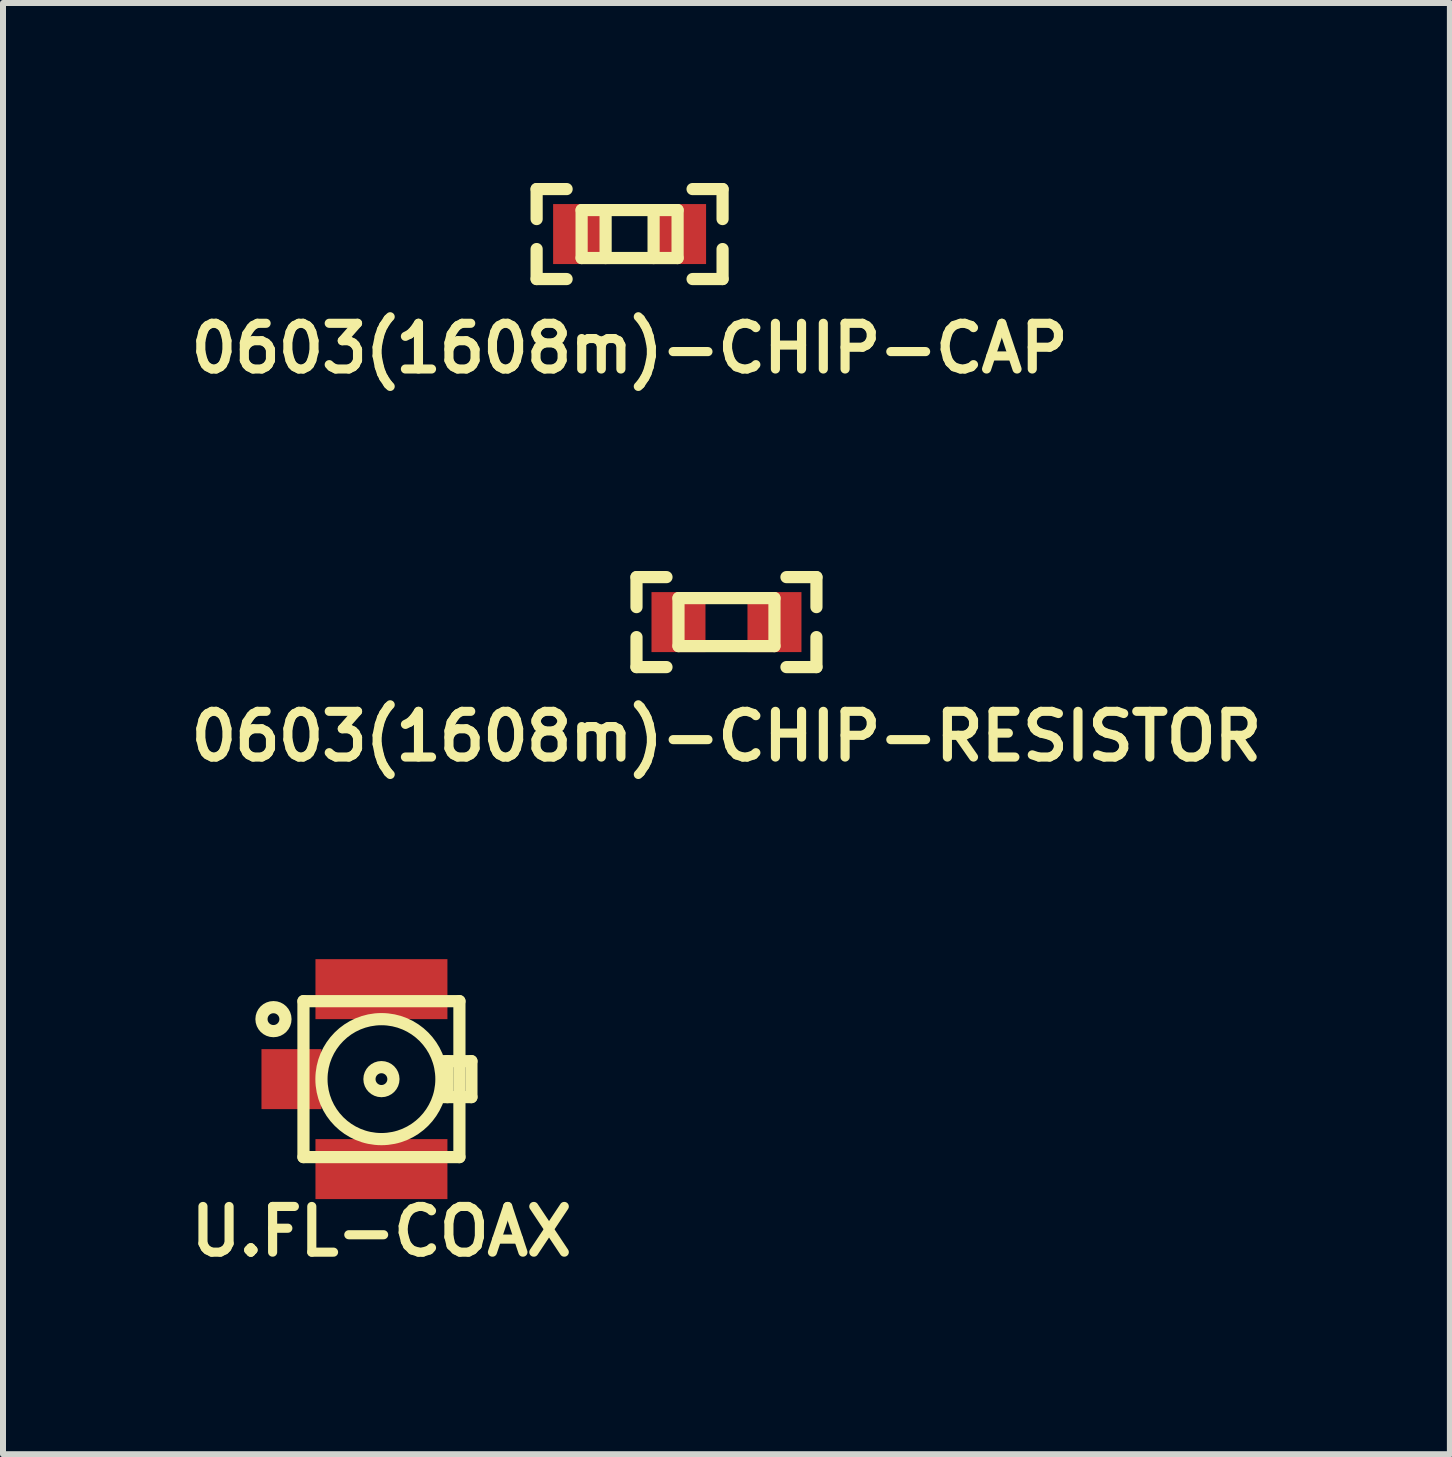
<source format=kicad_pcb>
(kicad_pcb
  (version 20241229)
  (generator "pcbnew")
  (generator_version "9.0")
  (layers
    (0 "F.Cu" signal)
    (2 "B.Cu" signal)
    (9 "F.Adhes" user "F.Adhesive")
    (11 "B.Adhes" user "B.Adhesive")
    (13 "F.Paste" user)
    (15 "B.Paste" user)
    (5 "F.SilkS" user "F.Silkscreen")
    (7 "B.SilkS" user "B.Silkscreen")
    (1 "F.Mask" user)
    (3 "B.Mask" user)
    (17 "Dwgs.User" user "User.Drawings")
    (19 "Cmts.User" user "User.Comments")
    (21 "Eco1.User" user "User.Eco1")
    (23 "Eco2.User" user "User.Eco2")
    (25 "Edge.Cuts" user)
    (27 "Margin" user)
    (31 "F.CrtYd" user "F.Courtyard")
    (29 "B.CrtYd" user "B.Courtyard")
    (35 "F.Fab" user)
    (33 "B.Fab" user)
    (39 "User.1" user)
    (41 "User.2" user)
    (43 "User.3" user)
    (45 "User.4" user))
  (footprint "0603(1608m)-CHIP-RESISTOR"
    (layer "F.Cu")
    (at 9.061 7.321)
    (property "Reference" "0603(1608m)-CHIP-RESISTOR" (at 0 1.905 0) (layer "F.SilkS") (effects (font (size 0.762 0.762) (thickness 0.152))))
    (attr through_hole)
    (fp_line (start -1.5 -0.75) (end -1 -0.75) (stroke (width 0.203) (type solid)) (layer "F.SilkS"))
    (fp_line (start -1.5 -0.25) (end -1.5 -0.75) (stroke (width 0.203) (type solid)) (layer "F.SilkS"))
    (fp_line (start -1.5 0.75) (end -1.5 0.25) (stroke (width 0.203) (type solid)) (layer "F.SilkS"))
    (fp_line (start -1 0.75) (end -1.5 0.75) (stroke (width 0.203) (type solid)) (layer "F.SilkS"))
    (fp_line (start -0.8 -0.4) (end -0.8 0.4) (stroke (width 0.203) (type solid)) (layer "F.SilkS"))
    (fp_line (start -0.8 0.4) (end 0.8 0.4) (stroke (width 0.203) (type solid)) (layer "F.SilkS"))
    (fp_line (start 0.8 -0.4) (end -0.8 -0.4) (stroke (width 0.203) (type solid)) (layer "F.SilkS"))
    (fp_line (start 0.8 0.4) (end 0.8 -0.4) (stroke (width 0.203) (type solid)) (layer "F.SilkS"))
    (fp_line (start 1.5 -0.75) (end 1 -0.75) (stroke (width 0.203) (type solid)) (layer "F.SilkS"))
    (fp_line (start 1.5 -0.75) (end 1.5 -0.25) (stroke (width 0.203) (type solid)) (layer "F.SilkS"))
    (fp_line (start 1.5 0.25) (end 1.5 0.75) (stroke (width 0.203) (type solid)) (layer "F.SilkS"))
    (fp_line (start 1.5 0.75) (end 1 0.75) (stroke (width 0.203) (type solid)) (layer "F.SilkS"))
    (pad "1" smd rect (at -0.8 0) (size 0.9 1) (layers "F.Cu" "F.Mask" "F.Paste"))
    (pad "2" smd rect (at 0.8 0) (size 0.9 1) (layers "F.Cu" "F.Mask" "F.Paste")))
  (footprint "U.FL-COAX"
    (layer "F.Cu")
    (at 3.309 14.94)
    (property "Reference" "U.FL-COAX" (at 0 2.54 0) (layer "F.SilkS") (effects (font (size 0.762 0.762) (thickness 0.152))))
    (attr smd)
    (fp_line (start -1.3 -1.3) (end -1.3 1.3) (stroke (width 0.203) (type solid)) (layer "F.SilkS"))
    (fp_line (start -1.3 1.3) (end 1.3 1.3) (stroke (width 0.203) (type solid)) (layer "F.SilkS"))
    (fp_line (start 1.1 0.3) (end 1.1 -0.3) (stroke (width 0.203) (type solid)) (layer "F.SilkS"))
    (fp_line (start 1.3 -1.3) (end -1.3 -1.3) (stroke (width 0.203) (type solid)) (layer "F.SilkS"))
    (fp_line (start 1.3 1.3) (end 1.3 -1.3) (stroke (width 0.203) (type solid)) (layer "F.SilkS"))
    (fp_line (start 1.5 -0.3) (end 1 -0.3) (stroke (width 0.203) (type solid)) (layer "F.SilkS"))
    (fp_line (start 1.5 0.3) (end 1 0.3) (stroke (width 0.203) (type solid)) (layer "F.SilkS"))
    (fp_line (start 1.5 0.3) (end 1.5 -0.3) (stroke (width 0.203) (type solid)) (layer "F.SilkS"))
    (fp_circle (center -1.8 -1) (end -1.6 -1) (stroke (width 0.203) (type solid)) (fill no) (layer "F.SilkS"))
    (fp_circle (center 0 0) (end 0.2 0) (stroke (width 0.203) (type solid)) (fill no) (layer "F.SilkS"))
    (fp_circle (center 0 0) (end 1 0) (stroke (width 0.203) (type solid)) (fill no) (layer "F.SilkS"))
    (pad "1" smd rect (at -1.5 0) (size 1 1) (layers "F.Cu" "F.Mask" "F.Paste"))
    (pad "2" smd rect (at 0 -1.5) (size 2.2 1) (layers "F.Cu" "F.Mask" "F.Paste"))
    (pad "3" smd rect (at 0 1.5) (size 2.2 1) (layers "F.Cu" "F.Mask" "F.Paste")))
  (footprint "0603(1608m)-CHIP-CAP"
    (layer "F.Cu")
    (at 7.446 0.852)
    (property "Reference" "0603(1608m)-CHIP-CAP" (at 0 1.905 0) (layer "F.SilkS") (effects (font (size 0.762 0.762) (thickness 0.152))))
    (attr smd)
    (fp_line (start -1.55 -0.75) (end -1.55 -0.25) (stroke (width 0.203) (type solid)) (layer "F.SilkS"))
    (fp_line (start -1.55 -0.75) (end -1.05 -0.75) (stroke (width 0.203) (type solid)) (layer "F.SilkS"))
    (fp_line (start -1.55 0.75) (end -1.55 0.25) (stroke (width 0.203) (type solid)) (layer "F.SilkS"))
    (fp_line (start -1.55 0.75) (end -1.05 0.75) (stroke (width 0.203) (type solid)) (layer "F.SilkS"))
    (fp_line (start -0.8 -0.4) (end -0.8 0.4) (stroke (width 0.203) (type solid)) (layer "F.SilkS"))
    (fp_line (start -0.8 0.4) (end 0.8 0.4) (stroke (width 0.203) (type solid)) (layer "F.SilkS"))
    (fp_line (start -0.4 -0.4) (end -0.4 0.4) (stroke (width 0.203) (type solid)) (layer "F.SilkS"))
    (fp_line (start 0.4 -0.4) (end 0.4 0.4) (stroke (width 0.203) (type solid)) (layer "F.SilkS"))
    (fp_line (start 0.8 -0.4) (end -0.8 -0.4) (stroke (width 0.203) (type solid)) (layer "F.SilkS"))
    (fp_line (start 0.8 0.4) (end 0.8 -0.4) (stroke (width 0.203) (type solid)) (layer "F.SilkS"))
    (fp_line (start 1.55 -0.75) (end 1.05 -0.75) (stroke (width 0.203) (type solid)) (layer "F.SilkS"))
    (fp_line (start 1.55 -0.75) (end 1.55 -0.25) (stroke (width 0.203) (type solid)) (layer "F.SilkS"))
    (fp_line (start 1.55 0.75) (end 1.05 0.75) (stroke (width 0.203) (type solid)) (layer "F.SilkS"))
    (fp_line (start 1.55 0.75) (end 1.55 0.25) (stroke (width 0.203) (type solid)) (layer "F.SilkS"))
    (pad "1" smd rect (at -0.8 0) (size 0.95 1) (layers "F.Cu" "F.Mask" "F.Paste"))
    (pad "2" smd rect (at 0.8 0) (size 0.95 1) (layers "F.Cu" "F.Mask" "F.Paste")))
  (gr_rect
    (start -3 -3)
    (end 21.121 21.193)
    (stroke (width 0.1) (type default))
    (fill no)
    (layer "Edge.Cuts")))
</source>
